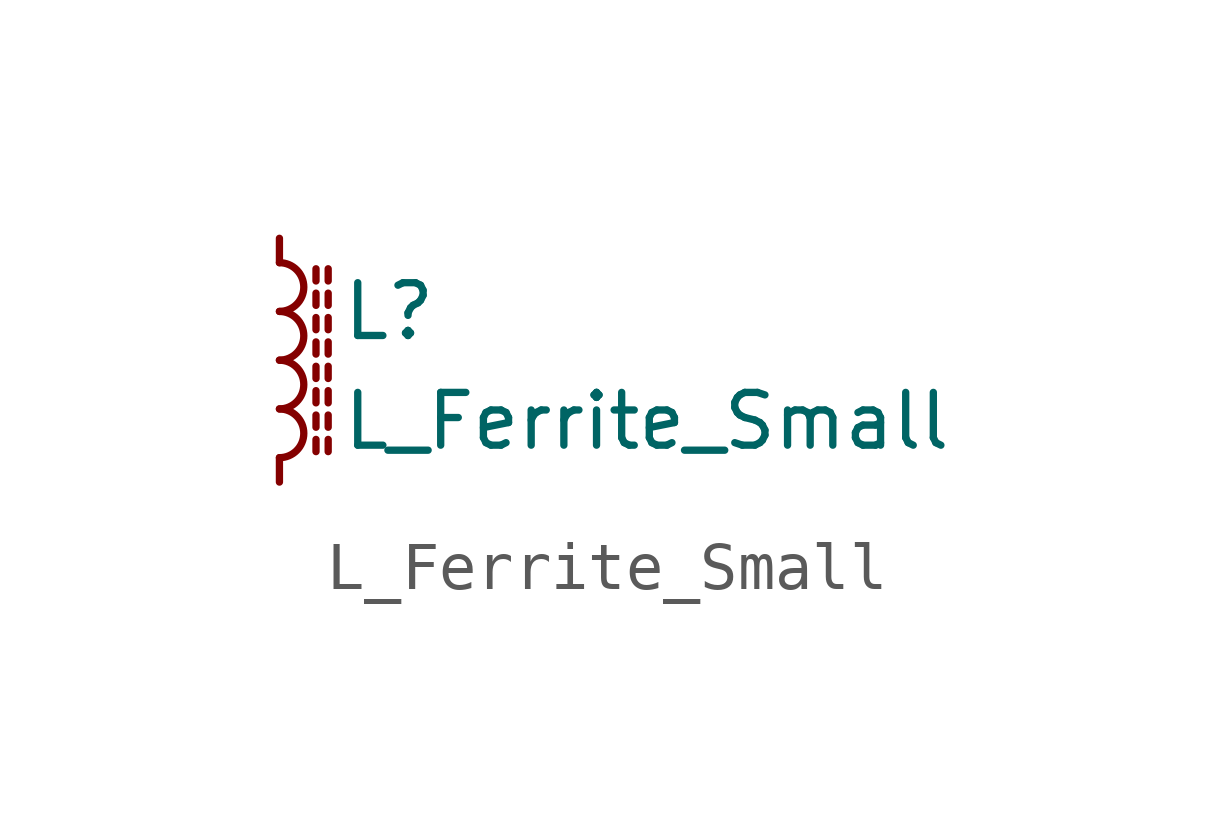
<source format=kicad_sym>
(kicad_symbol_lib
  (version 20241209)
  (generator "kicad_symbol_editor")
  (generator_version "9.0")
  (symbol "L_Ferrite_Small"
    (pin_numbers
      (hide yes))
    (pin_names
      (offset 0.254)
      (hide yes))
    (property "Reference" "L"
      (at 1.27 1.016 0)
      (effects (font (size 1.1 1.1)) (justify left)))
    (property "Value" "L_Ferrite_Small"
      (at 1.27 -1.27 0)
      (effects (font (size 1.1 1.1)) (justify left)))
    (symbol "L_Ferrite_Small_0_1"
      (arc (start 0 2.032) (mid 0.5058 1.524) (end 0 1.016) (stroke (width 0) (type default)) (fill (type none)))
      (arc (start 0 1.016) (mid 0.5058 0.508) (end 0 0) (stroke (width 0) (type default)) (fill (type none)))
      (arc (start 0 0) (mid 0.5058 -0.508) (end 0 -1.016) (stroke (width 0) (type default)) (fill (type none)))
      (arc (start 0 -1.016) (mid 0.5058 -1.524) (end 0 -2.032) (stroke (width 0) (type default)) (fill (type none)))
      (polyline (pts (xy 0.762 1.651) (xy 0.762 1.905)) (stroke (width 0) (type default)) (fill (type none)))
      (polyline (pts (xy 0.762 1.143) (xy 0.762 1.397)) (stroke (width 0) (type default)) (fill (type none)))
      (polyline (pts (xy 0.762 0.635) (xy 0.762 0.889)) (stroke (width 0) (type default)) (fill (type none)))
      (polyline (pts (xy 0.762 0.127) (xy 0.762 0.381)) (stroke (width 0) (type default)) (fill (type none)))
      (polyline (pts (xy 0.762 -0.381) (xy 0.762 -0.127)) (stroke (width 0) (type default)) (fill (type none)))
      (polyline (pts (xy 0.762 -0.889) (xy 0.762 -0.635)) (stroke (width 0) (type default)) (fill (type none)))
      (polyline (pts (xy 0.762 -1.397) (xy 0.762 -1.143)) (stroke (width 0) (type default)) (fill (type none)))
      (polyline (pts (xy 0.762 -1.905) (xy 0.762 -1.651)) (stroke (width 0) (type default)) (fill (type none)))
      (polyline (pts (xy 1.016 1.905) (xy 1.016 1.651)) (stroke (width 0) (type default)) (fill (type none)))
      (polyline (pts (xy 1.016 1.397) (xy 1.016 1.143)) (stroke (width 0) (type default)) (fill (type none)))
      (polyline (pts (xy 1.016 0.889) (xy 1.016 0.635)) (stroke (width 0) (type default)) (fill (type none)))
      (polyline (pts (xy 1.016 0.381) (xy 1.016 0.127)) (stroke (width 0) (type default)) (fill (type none)))
      (polyline (pts (xy 1.016 -0.127) (xy 1.016 -0.381)) (stroke (width 0) (type default)) (fill (type none)))
      (polyline (pts (xy 1.016 -0.635) (xy 1.016 -0.889)) (stroke (width 0) (type default)) (fill (type none)))
      (polyline (pts (xy 1.016 -1.143) (xy 1.016 -1.397)) (stroke (width 0) (type default)) (fill (type none)))
      (polyline (pts (xy 1.016 -1.651) (xy 1.016 -1.905)) (stroke (width 0) (type default)) (fill (type none))))
    (symbol "L_Ferrite_Small_1_1"
      (pin passive line (at 0 2.54 270) (length 0.508) (name "~" (effects (font (size 1.27 1.27)))) (number "1" (effects (font (size 1.27 1.27)))))
      (pin passive line (at 0 -2.54 90) (length 0.508) (name "~" (effects (font (size 1.27 1.27)))) (number "2" (effects (font (size 1.27 1.27))))))))
</source>
